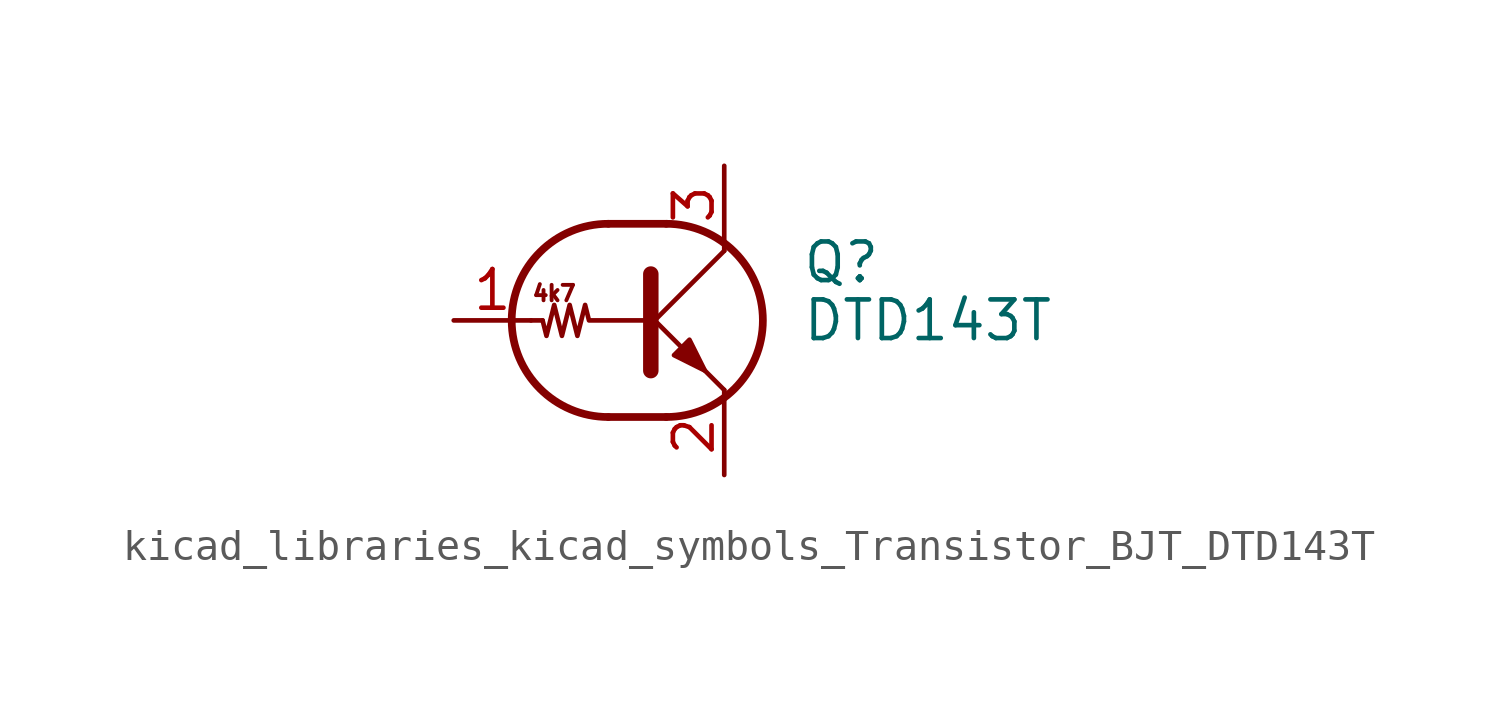
<source format=kicad_sym>
(kicad_symbol_lib
  (version 20220914)
  (generator kicad_symbol_editor)
  (symbol "kicad_libraries_kicad_symbols_Transistor_BJT_DTD143T"
    (pin_names
      (offset 0) hide)
    (property "Reference" "Q"
      (at 5.08 1.905 0)
      (effects (font (size 1.27 1.27)) (justify left)))
    (property "Value" "DTD143T"
      (at 5.08 0 0)
      (effects (font (size 1.27 1.27)) (justify left)))
    (symbol "kicad_libraries_kicad_symbols_Transistor_BJT_DTD143T_0_0"
      (polyline (pts (xy 2.54 -2.286) (xy 2.54 -2.54)) (stroke (width 0) (type default)) (fill (type none)))
      (text "4k7" (at -3.048 0.889 0) (effects (font (size 0.508 0.508)))))
    (symbol "kicad_libraries_kicad_symbols_Transistor_BJT_DTD143T_0_1"
      (arc (start -1.27 3.175) (mid -4.4312 0) (end -1.27 -3.175) (stroke (width 0.254) (type default)) (fill (type none)))
      (polyline (pts (xy -3.429 0) (xy -3.81 0)) (stroke (width 0) (type default)) (fill (type none)))
      (polyline (pts (xy -1.27 -3.175) (xy 0.635 -3.175)) (stroke (width 0.254) (type default)) (fill (type none)))
      (polyline (pts (xy -1.27 3.175) (xy 0.635 3.175)) (stroke (width 0.254) (type default)) (fill (type none)))
      (polyline (pts (xy 0 -0.254) (xy 2.54 2.286)) (stroke (width 0) (type default)) (fill (type none)))
      (polyline (pts (xy 0.127 1.524) (xy 0.127 -1.651)) (stroke (width 0.508) (type default)) (fill (type outline)))
      (polyline (pts (xy 2.54 2.286) (xy 2.54 2.54)) (stroke (width 0) (type default)) (fill (type none)))
      (polyline (pts (xy 2.54 -2.286) (xy 0 0.254) (xy 0 0.254)) (stroke (width 0) (type default)) (fill (type none)))
      (polyline (pts (xy 0.889 -1.143) (xy 1.397 -0.635) (xy 1.905 -1.651) (xy 0.889 -1.143)) (stroke (width 0) (type default)) (fill (type outline)))
      (polyline (pts (xy 0 0) (xy -1.905 0) (xy -2.032 0.508) (xy -2.286 -0.508) (xy -2.54 0.508) (xy -2.794 -0.508) (xy -3.048 0.508) (xy -3.302 -0.508) (xy -3.429 0)) (stroke (width 0) (type default)) (fill (type none)))
      (arc (start 0.635 -3.175) (mid 3.7962 0) (end 0.635 3.175) (stroke (width 0.254) (type default)) (fill (type none))))
    (symbol "kicad_libraries_kicad_symbols_Transistor_BJT_DTD143T_1_1"
      (pin input line (at -6.35 0 0) (length 2.54) (name "B" (effects (font (size 1.27 1.27)))) (number "1" (effects (font (size 1.27 1.27)))))
      (pin passive line (at 2.54 -5.08 90) (length 2.54) (name "E" (effects (font (size 1.27 1.27)))) (number "2" (effects (font (size 1.27 1.27)))))
      (pin passive line (at 2.54 5.08 270) (length 2.54) (name "C" (effects (font (size 1.27 1.27)))) (number "3" (effects (font (size 1.27 1.27))))))))
</source>
